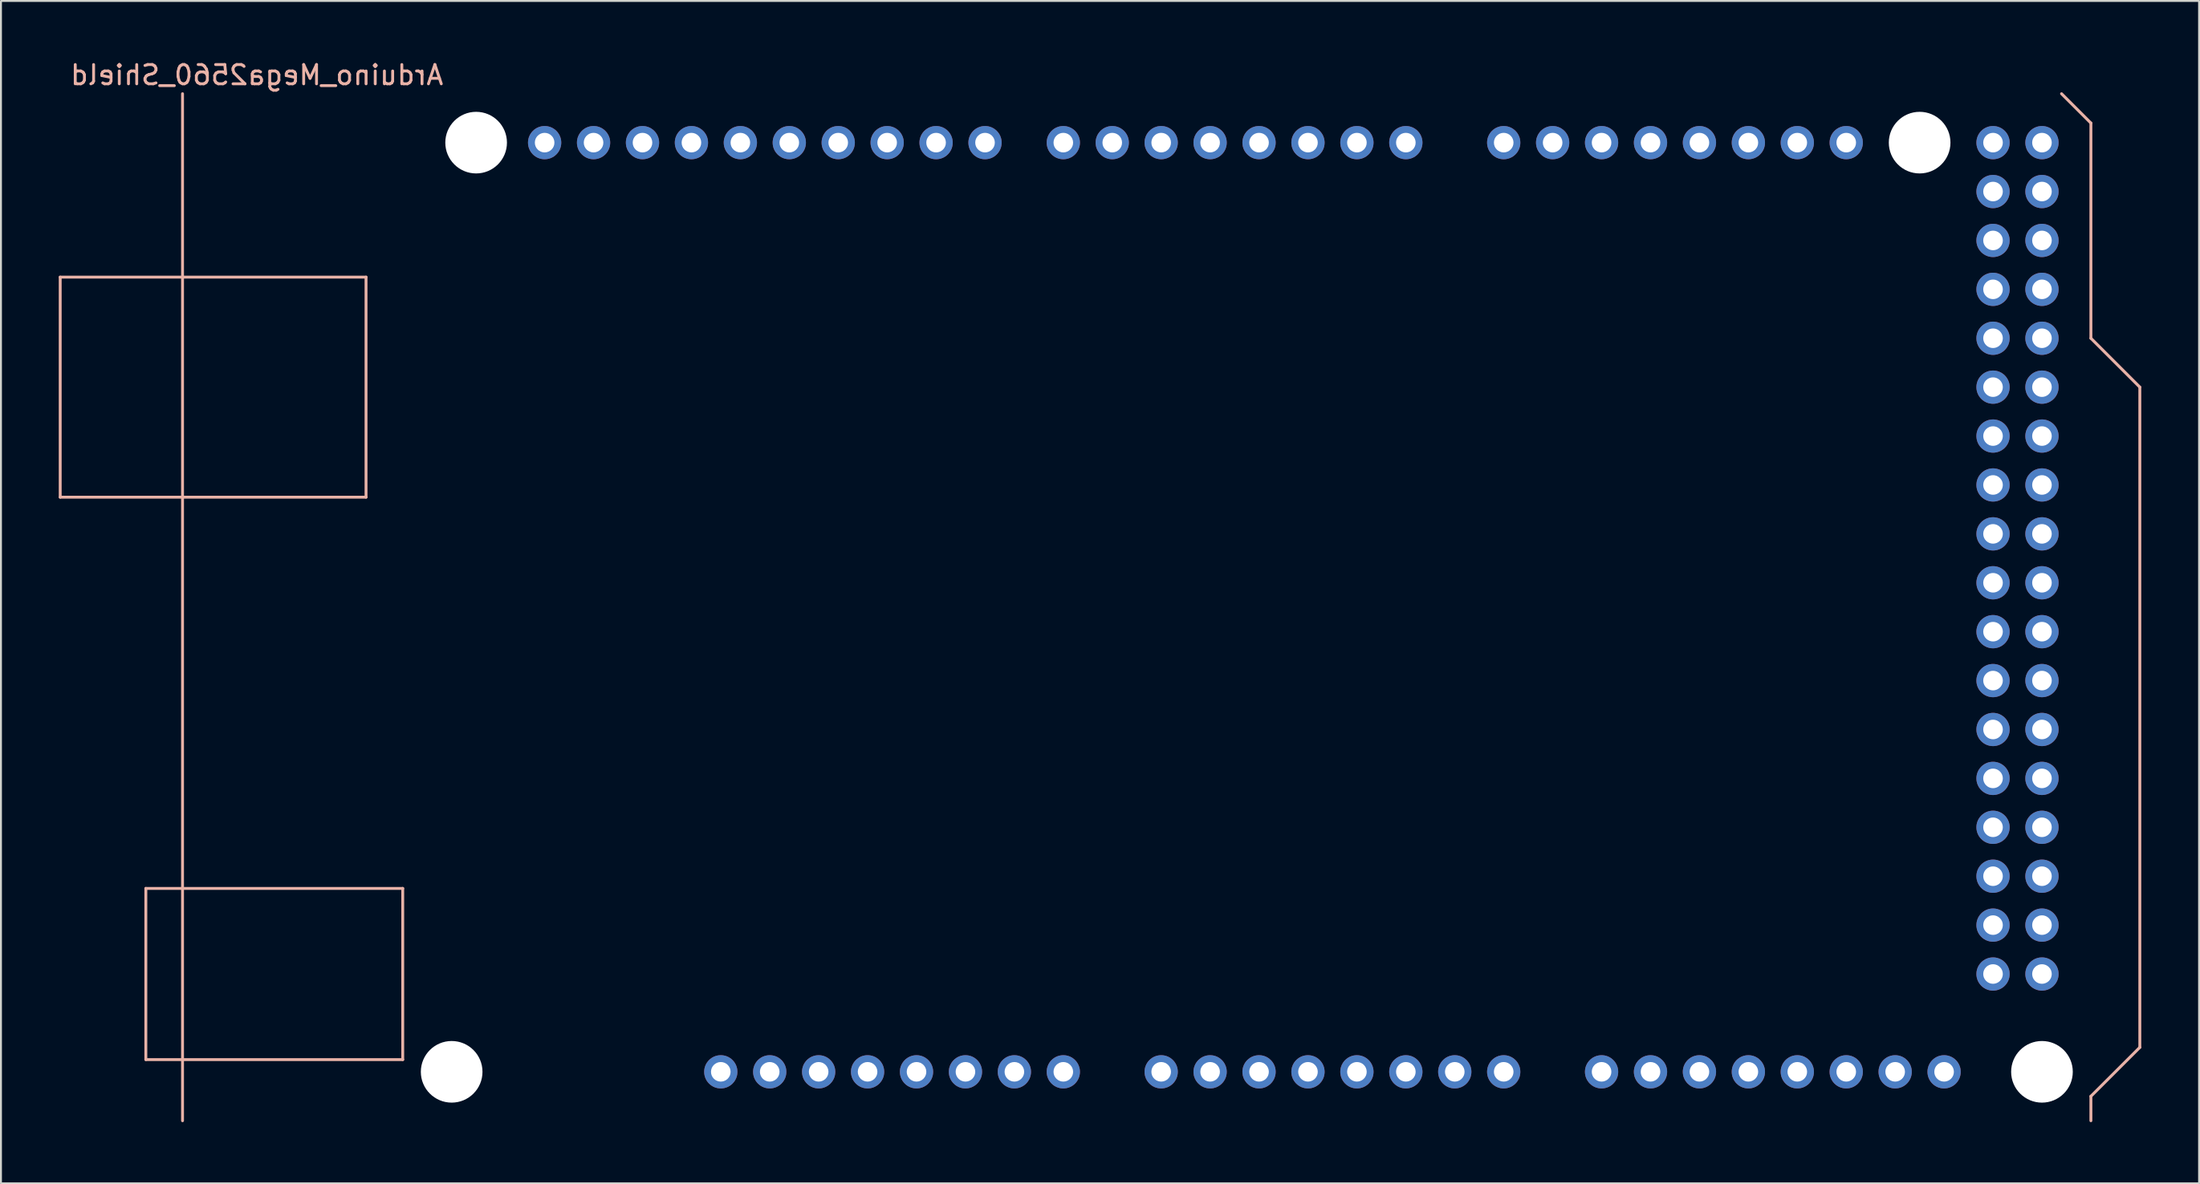
<source format=kicad_pcb>
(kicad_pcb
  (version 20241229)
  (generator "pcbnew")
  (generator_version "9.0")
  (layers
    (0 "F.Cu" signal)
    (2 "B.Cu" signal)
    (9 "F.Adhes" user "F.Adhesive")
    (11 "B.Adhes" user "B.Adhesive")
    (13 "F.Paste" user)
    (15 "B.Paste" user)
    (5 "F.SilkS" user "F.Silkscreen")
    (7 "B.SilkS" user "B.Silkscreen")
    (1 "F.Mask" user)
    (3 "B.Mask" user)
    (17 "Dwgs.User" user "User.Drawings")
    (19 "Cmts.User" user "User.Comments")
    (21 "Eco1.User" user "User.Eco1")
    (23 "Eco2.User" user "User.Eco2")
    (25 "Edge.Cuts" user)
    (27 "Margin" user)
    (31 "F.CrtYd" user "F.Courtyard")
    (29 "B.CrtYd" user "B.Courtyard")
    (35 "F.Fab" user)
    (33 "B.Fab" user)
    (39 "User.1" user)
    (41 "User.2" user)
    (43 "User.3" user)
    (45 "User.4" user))
  (footprint "Arduino_Mega2560_Shield"
    (layer "F.Cu")
    (at 6.425 55.158)
    (property "Reference" "Arduino_Mega2560_Shield" (at 3.86 -54.31 0) (layer "B.SilkS") (effects (font (size 1 1) (thickness 0.15)) (justify mirror)))
    (attr through_hole)
    (fp_line (start -6.35 -43.815) (end -6.35 -32.385) (stroke (width 0.15) (type solid)) (layer "B.SilkS"))
    (fp_line (start -1.905 -12.065) (end -1.905 -3.175) (stroke (width 0.15) (type solid)) (layer "B.SilkS"))
    (fp_line (start -1.905 -12.065) (end 11.43 -12.065) (stroke (width 0.15) (type solid)) (layer "B.SilkS"))
    (fp_line (start -1.905 -3.175) (end 11.43 -3.175) (stroke (width 0.15) (type solid)) (layer "B.SilkS"))
    (fp_line (start 0 -53.34) (end 0 0) (stroke (width 0.15) (type solid)) (layer "B.SilkS"))
    (fp_line (start 9.525 -43.815) (end -6.35 -43.815) (stroke (width 0.15) (type solid)) (layer "B.SilkS"))
    (fp_line (start 9.525 -43.815) (end 9.525 -32.385) (stroke (width 0.15) (type solid)) (layer "B.SilkS"))
    (fp_line (start 9.525 -32.385) (end -6.35 -32.385) (stroke (width 0.15) (type solid)) (layer "B.SilkS"))
    (fp_line (start 11.43 -12.065) (end 11.43 -3.175) (stroke (width 0.15) (type solid)) (layer "B.SilkS"))
    (fp_line (start 97.536 -53.34) (end 99.06 -51.816) (stroke (width 0.15) (type solid)) (layer "B.SilkS"))
    (fp_line (start 99.06 -40.64) (end 99.06 -51.816) (stroke (width 0.15) (type solid)) (layer "B.SilkS"))
    (fp_line (start 99.06 -1.27) (end 101.6 -3.81) (stroke (width 0.15) (type solid)) (layer "B.SilkS"))
    (fp_line (start 99.06 0) (end 99.06 -1.27) (stroke (width 0.15) (type solid)) (layer "B.SilkS"))
    (fp_line (start 101.6 -38.1) (end 99.06 -40.64) (stroke (width 0.15) (type solid)) (layer "B.SilkS"))
    (fp_line (start 101.6 -3.81) (end 101.6 -38.1) (stroke (width 0.15) (type solid)) (layer "B.SilkS"))
    (pad "" np_thru_hole circle (at 13.97 -2.54) (size 3.2 3.2) (drill 3.2) (layers "*.Cu" "*.Mask"))
    (pad "" np_thru_hole circle (at 15.24 -50.8) (size 3.2 3.2) (drill 3.2) (layers "*.Cu" "*.Mask"))
    (pad "" thru_hole oval (at 27.94 -2.54) (size 1.727 1.727) (drill 1.016) (layers "*.Cu" "*.Mask"))
    (pad "" np_thru_hole circle (at 90.17 -50.8) (size 3.2 3.2) (drill 3.2) (layers "*.Cu" "*.Mask"))
    (pad "" np_thru_hole circle (at 96.52 -2.54) (size 3.2 3.2) (drill 3.2) (layers "*.Cu" "*.Mask"))
    (pad "3V3" thru_hole oval (at 35.56 -2.54) (size 1.727 1.727) (drill 1.016) (layers "*.Cu" "*.Mask"))
    (pad "5V1" thru_hole oval (at 38.1 -2.54) (size 1.727 1.727) (drill 1.016) (layers "*.Cu" "*.Mask"))
    (pad "5V3" thru_hole oval (at 93.98 -50.8) (size 1.727 1.727) (drill 1.016) (layers "*.Cu" "*.Mask"))
    (pad "5V4" thru_hole oval (at 96.52 -50.8) (size 1.727 1.727) (drill 1.016) (layers "*.Cu" "*.Mask"))
    (pad "A0" thru_hole oval (at 50.8 -2.54) (size 1.727 1.727) (drill 1.016) (layers "*.Cu" "*.Mask"))
    (pad "A1" thru_hole oval (at 53.34 -2.54) (size 1.727 1.727) (drill 1.016) (layers "*.Cu" "*.Mask"))
    (pad "A2" thru_hole oval (at 55.88 -2.54) (size 1.727 1.727) (drill 1.016) (layers "*.Cu" "*.Mask"))
    (pad "A3" thru_hole oval (at 58.42 -2.54) (size 1.727 1.727) (drill 1.016) (layers "*.Cu" "*.Mask"))
    (pad "A4" thru_hole oval (at 60.96 -2.54) (size 1.727 1.727) (drill 1.016) (layers "*.Cu" "*.Mask"))
    (pad "A5" thru_hole oval (at 63.5 -2.54) (size 1.727 1.727) (drill 1.016) (layers "*.Cu" "*.Mask"))
    (pad "A6" thru_hole oval (at 66.04 -2.54) (size 1.727 1.727) (drill 1.016) (layers "*.Cu" "*.Mask"))
    (pad "A7" thru_hole oval (at 68.58 -2.54) (size 1.727 1.727) (drill 1.016) (layers "*.Cu" "*.Mask"))
    (pad "A8" thru_hole oval (at 73.66 -2.54) (size 1.727 1.727) (drill 1.016) (layers "*.Cu" "*.Mask"))
    (pad "A9" thru_hole oval (at 76.2 -2.54) (size 1.727 1.727) (drill 1.016) (layers "*.Cu" "*.Mask"))
    (pad "A10" thru_hole oval (at 78.74 -2.54) (size 1.727 1.727) (drill 1.016) (layers "*.Cu" "*.Mask"))
    (pad "A11" thru_hole oval (at 81.28 -2.54) (size 1.727 1.727) (drill 1.016) (layers "*.Cu" "*.Mask"))
    (pad "A12" thru_hole oval (at 83.82 -2.54) (size 1.727 1.727) (drill 1.016) (layers "*.Cu" "*.Mask"))
    (pad "A13" thru_hole oval (at 86.36 -2.54) (size 1.727 1.727) (drill 1.016) (layers "*.Cu" "*.Mask"))
    (pad "A14" thru_hole oval (at 88.9 -2.54) (size 1.727 1.727) (drill 1.016) (layers "*.Cu" "*.Mask"))
    (pad "A15" thru_hole oval (at 91.44 -2.54) (size 1.727 1.727) (drill 1.016) (layers "*.Cu" "*.Mask"))
    (pad "AREF" thru_hole oval (at 23.876 -50.8) (size 1.727 1.727) (drill 1.016) (layers "*.Cu" "*.Mask"))
    (pad "D0" thru_hole oval (at 63.5 -50.8) (size 1.727 1.727) (drill 1.016) (layers "*.Cu" "*.Mask"))
    (pad "D1" thru_hole oval (at 60.96 -50.8) (size 1.727 1.727) (drill 1.016) (layers "*.Cu" "*.Mask"))
    (pad "D2" thru_hole oval (at 58.42 -50.8) (size 1.727 1.727) (drill 1.016) (layers "*.Cu" "*.Mask"))
    (pad "D3" thru_hole oval (at 55.88 -50.8) (size 1.727 1.727) (drill 1.016) (layers "*.Cu" "*.Mask"))
    (pad "D4" thru_hole oval (at 53.34 -50.8) (size 1.727 1.727) (drill 1.016) (layers "*.Cu" "*.Mask"))
    (pad "D5" thru_hole oval (at 50.8 -50.8) (size 1.727 1.727) (drill 1.016) (layers "*.Cu" "*.Mask"))
    (pad "D6" thru_hole oval (at 48.26 -50.8) (size 1.727 1.727) (drill 1.016) (layers "*.Cu" "*.Mask"))
    (pad "D7" thru_hole oval (at 45.72 -50.8) (size 1.727 1.727) (drill 1.016) (layers "*.Cu" "*.Mask"))
    (pad "D8" thru_hole oval (at 41.656 -50.8) (size 1.727 1.727) (drill 1.016) (layers "*.Cu" "*.Mask"))
    (pad "D9" thru_hole oval (at 39.116 -50.8) (size 1.727 1.727) (drill 1.016) (layers "*.Cu" "*.Mask"))
    (pad "D10" thru_hole oval (at 36.576 -50.8) (size 1.727 1.727) (drill 1.016) (layers "*.Cu" "*.Mask"))
    (pad "D11" thru_hole oval (at 34.036 -50.8) (size 1.727 1.727) (drill 1.016) (layers "*.Cu" "*.Mask"))
    (pad "D12" thru_hole oval (at 31.496 -50.8) (size 1.727 1.727) (drill 1.016) (layers "*.Cu" "*.Mask"))
    (pad "D13" thru_hole oval (at 28.956 -50.8) (size 1.727 1.727) (drill 1.016) (layers "*.Cu" "*.Mask"))
    (pad "D14" thru_hole oval (at 68.58 -50.8) (size 1.727 1.727) (drill 1.016) (layers "*.Cu" "*.Mask"))
    (pad "D15" thru_hole oval (at 71.12 -50.8) (size 1.727 1.727) (drill 1.016) (layers "*.Cu" "*.Mask"))
    (pad "D16" thru_hole oval (at 73.66 -50.8) (size 1.727 1.727) (drill 1.016) (layers "*.Cu" "*.Mask"))
    (pad "D17" thru_hole oval (at 76.2 -50.8) (size 1.727 1.727) (drill 1.016) (layers "*.Cu" "*.Mask"))
    (pad "D18" thru_hole oval (at 78.74 -50.8) (size 1.727 1.727) (drill 1.016) (layers "*.Cu" "*.Mask"))
    (pad "D19" thru_hole oval (at 81.28 -50.8) (size 1.727 1.727) (drill 1.016) (layers "*.Cu" "*.Mask"))
    (pad "D20" thru_hole oval (at 83.82 -50.8) (size 1.727 1.727) (drill 1.016) (layers "*.Cu" "*.Mask"))
    (pad "D21" thru_hole oval (at 86.36 -50.8) (size 1.727 1.727) (drill 1.016) (layers "*.Cu" "*.Mask"))
    (pad "D22" thru_hole oval (at 93.98 -48.26) (size 1.727 1.727) (drill 1.016) (layers "*.Cu" "*.Mask"))
    (pad "D23" thru_hole oval (at 96.52 -48.26) (size 1.727 1.727) (drill 1.016) (layers "*.Cu" "*.Mask"))
    (pad "D24" thru_hole oval (at 93.98 -45.72) (size 1.727 1.727) (drill 1.016) (layers "*.Cu" "*.Mask"))
    (pad "D25" thru_hole oval (at 96.52 -45.72) (size 1.727 1.727) (drill 1.016) (layers "*.Cu" "*.Mask"))
    (pad "D26" thru_hole oval (at 93.98 -43.18) (size 1.727 1.727) (drill 1.016) (layers "*.Cu" "*.Mask"))
    (pad "D27" thru_hole oval (at 96.52 -43.18) (size 1.727 1.727) (drill 1.016) (layers "*.Cu" "*.Mask"))
    (pad "D28" thru_hole oval (at 93.98 -40.64) (size 1.727 1.727) (drill 1.016) (layers "*.Cu" "*.Mask"))
    (pad "D29" thru_hole oval (at 96.52 -40.64) (size 1.727 1.727) (drill 1.016) (layers "*.Cu" "*.Mask"))
    (pad "D30" thru_hole oval (at 93.98 -38.1) (size 1.727 1.727) (drill 1.016) (layers "*.Cu" "*.Mask"))
    (pad "D31" thru_hole oval (at 96.52 -38.1) (size 1.727 1.727) (drill 1.016) (layers "*.Cu" "*.Mask"))
    (pad "D32" thru_hole oval (at 93.98 -35.56) (size 1.727 1.727) (drill 1.016) (layers "*.Cu" "*.Mask"))
    (pad "D33" thru_hole oval (at 96.52 -35.56) (size 1.727 1.727) (drill 1.016) (layers "*.Cu" "*.Mask"))
    (pad "D34" thru_hole oval (at 93.98 -33.02) (size 1.727 1.727) (drill 1.016) (layers "*.Cu" "*.Mask"))
    (pad "D35" thru_hole oval (at 96.52 -33.02) (size 1.727 1.727) (drill 1.016) (layers "*.Cu" "*.Mask"))
    (pad "D36" thru_hole oval (at 93.98 -30.48) (size 1.727 1.727) (drill 1.016) (layers "*.Cu" "*.Mask"))
    (pad "D37" thru_hole oval (at 96.52 -30.48) (size 1.727 1.727) (drill 1.016) (layers "*.Cu" "*.Mask"))
    (pad "D38" thru_hole oval (at 93.98 -27.94) (size 1.727 1.727) (drill 1.016) (layers "*.Cu" "*.Mask"))
    (pad "D39" thru_hole oval (at 96.52 -27.94) (size 1.727 1.727) (drill 1.016) (layers "*.Cu" "*.Mask"))
    (pad "D40" thru_hole oval (at 93.98 -25.4) (size 1.727 1.727) (drill 1.016) (layers "*.Cu" "*.Mask"))
    (pad "D41" thru_hole oval (at 96.52 -25.4) (size 1.727 1.727) (drill 1.016) (layers "*.Cu" "*.Mask"))
    (pad "D42" thru_hole oval (at 93.98 -22.86) (size 1.727 1.727) (drill 1.016) (layers "*.Cu" "*.Mask"))
    (pad "D43" thru_hole oval (at 96.52 -22.86) (size 1.727 1.727) (drill 1.016) (layers "*.Cu" "*.Mask"))
    (pad "D44" thru_hole oval (at 93.98 -20.32) (size 1.727 1.727) (drill 1.016) (layers "*.Cu" "*.Mask"))
    (pad "D45" thru_hole oval (at 96.52 -20.32) (size 1.727 1.727) (drill 1.016) (layers "*.Cu" "*.Mask"))
    (pad "D46" thru_hole oval (at 93.98 -17.78) (size 1.727 1.727) (drill 1.016) (layers "*.Cu" "*.Mask"))
    (pad "D47" thru_hole oval (at 96.52 -17.78) (size 1.727 1.727) (drill 1.016) (layers "*.Cu" "*.Mask"))
    (pad "D48" thru_hole oval (at 93.98 -15.24) (size 1.727 1.727) (drill 1.016) (layers "*.Cu" "*.Mask"))
    (pad "D49" thru_hole oval (at 96.52 -15.24) (size 1.727 1.727) (drill 1.016) (layers "*.Cu" "*.Mask"))
    (pad "D50" thru_hole oval (at 93.98 -12.7) (size 1.727 1.727) (drill 1.016) (layers "*.Cu" "*.Mask"))
    (pad "D51" thru_hole oval (at 96.52 -12.7) (size 1.727 1.727) (drill 1.016) (layers "*.Cu" "*.Mask"))
    (pad "D52" thru_hole oval (at 93.98 -10.16) (size 1.727 1.727) (drill 1.016) (layers "*.Cu" "*.Mask"))
    (pad "D53" thru_hole oval (at 96.52 -10.16) (size 1.727 1.727) (drill 1.016) (layers "*.Cu" "*.Mask"))
    (pad "GND1" thru_hole oval (at 26.416 -50.8) (size 1.727 1.727) (drill 1.016) (layers "*.Cu" "*.Mask"))
    (pad "GND2" thru_hole oval (at 40.64 -2.54) (size 1.727 1.727) (drill 1.016) (layers "*.Cu" "*.Mask"))
    (pad "GND3" thru_hole oval (at 43.18 -2.54) (size 1.727 1.727) (drill 1.016) (layers "*.Cu" "*.Mask"))
    (pad "GND5" thru_hole oval (at 93.98 -7.62) (size 1.727 1.727) (drill 1.016) (layers "*.Cu" "*.Mask"))
    (pad "GND6" thru_hole oval (at 96.52 -7.62) (size 1.727 1.727) (drill 1.016) (layers "*.Cu" "*.Mask"))
    (pad "IORF" thru_hole oval (at 30.48 -2.54) (size 1.727 1.727) (drill 1.016) (layers "*.Cu" "*.Mask"))
    (pad "RST1" thru_hole oval (at 33.02 -2.54) (size 1.727 1.727) (drill 1.016) (layers "*.Cu" "*.Mask"))
    (pad "SCL" thru_hole oval (at 18.796 -50.8) (size 1.727 1.727) (drill 1.016) (layers "*.Cu" "*.Mask"))
    (pad "SDA" thru_hole oval (at 21.336 -50.8) (size 1.727 1.727) (drill 1.016) (layers "*.Cu" "*.Mask"))
    (pad "VIN" thru_hole oval (at 45.72 -2.54) (size 1.727 1.727) (drill 1.016) (layers "*.Cu" "*.Mask")))
  (gr_rect
    (start -3 -3)
    (end 111.1 58.408)
    (stroke (width 0.1) (type default))
    (fill no)
    (layer "Edge.Cuts")))
</source>
